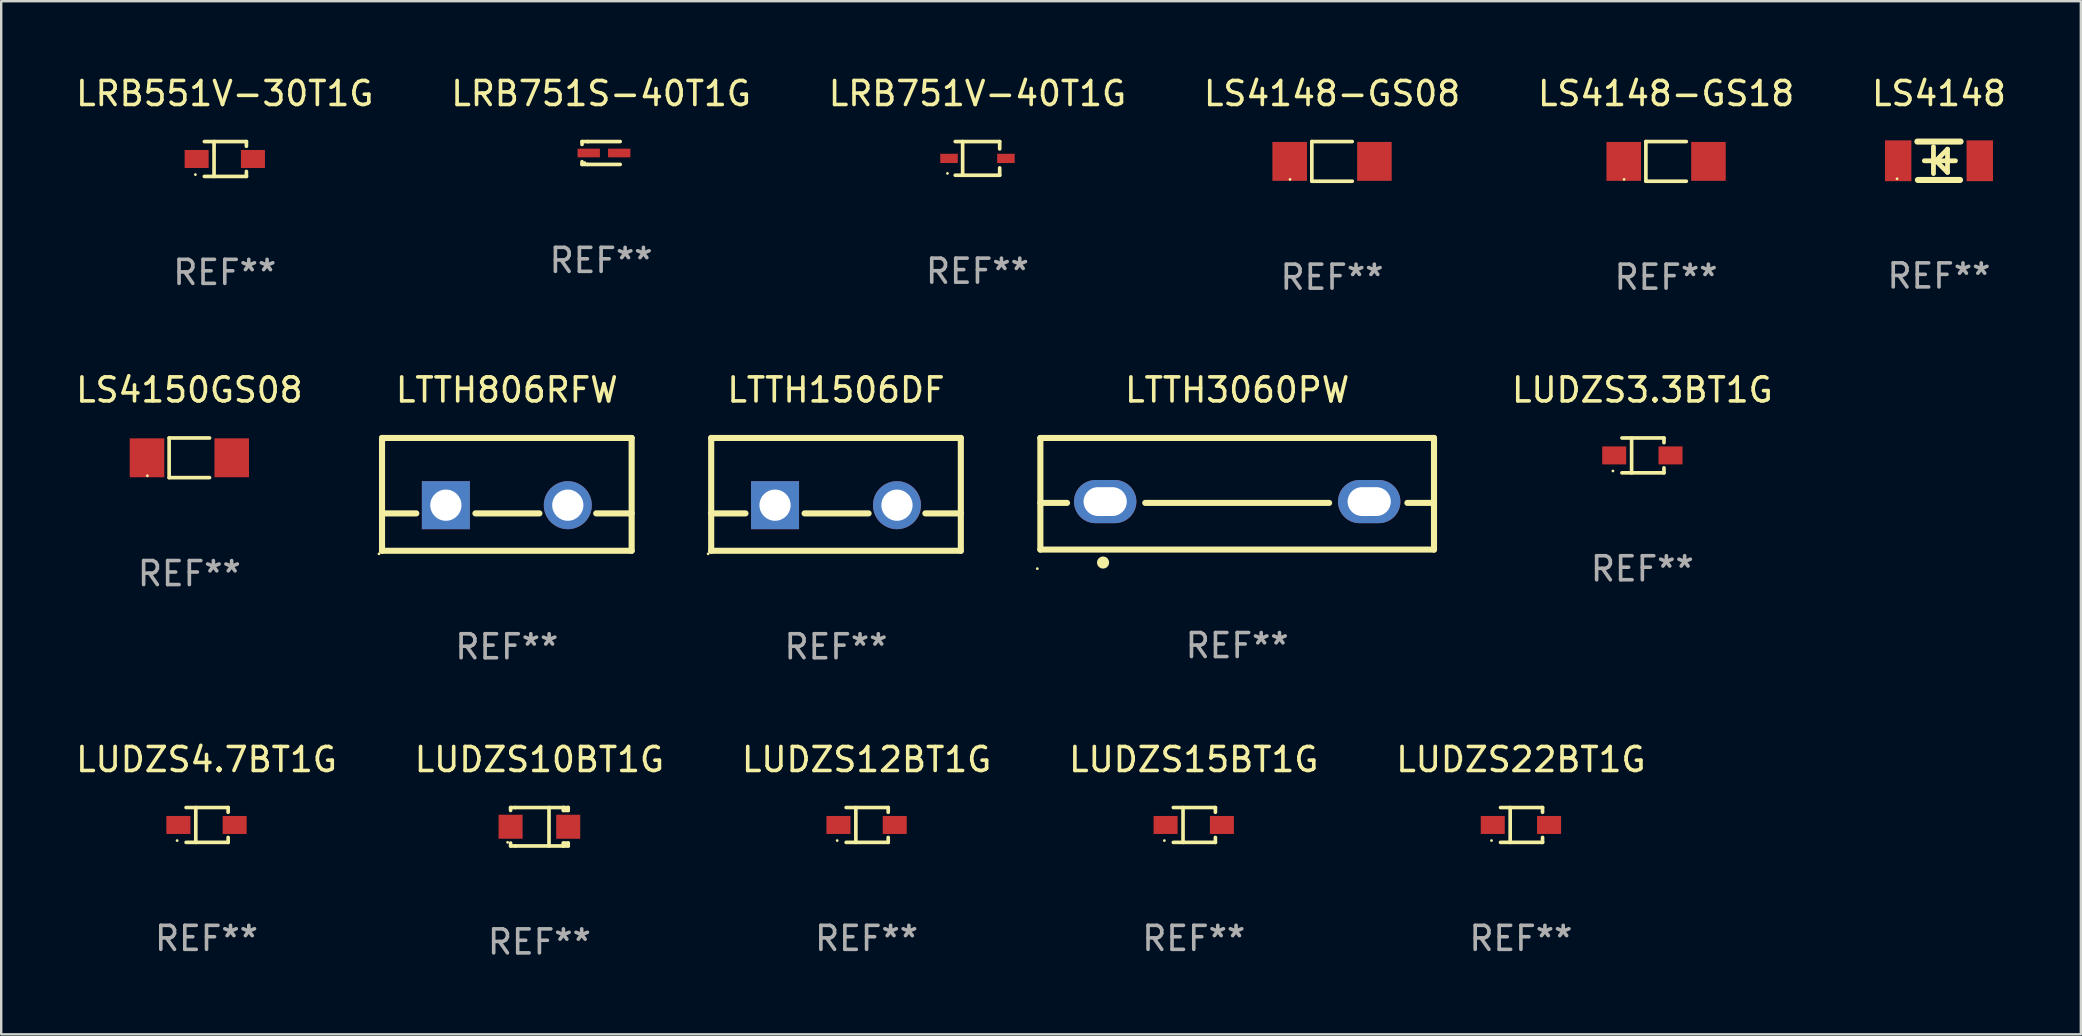
<source format=kicad_pcb>
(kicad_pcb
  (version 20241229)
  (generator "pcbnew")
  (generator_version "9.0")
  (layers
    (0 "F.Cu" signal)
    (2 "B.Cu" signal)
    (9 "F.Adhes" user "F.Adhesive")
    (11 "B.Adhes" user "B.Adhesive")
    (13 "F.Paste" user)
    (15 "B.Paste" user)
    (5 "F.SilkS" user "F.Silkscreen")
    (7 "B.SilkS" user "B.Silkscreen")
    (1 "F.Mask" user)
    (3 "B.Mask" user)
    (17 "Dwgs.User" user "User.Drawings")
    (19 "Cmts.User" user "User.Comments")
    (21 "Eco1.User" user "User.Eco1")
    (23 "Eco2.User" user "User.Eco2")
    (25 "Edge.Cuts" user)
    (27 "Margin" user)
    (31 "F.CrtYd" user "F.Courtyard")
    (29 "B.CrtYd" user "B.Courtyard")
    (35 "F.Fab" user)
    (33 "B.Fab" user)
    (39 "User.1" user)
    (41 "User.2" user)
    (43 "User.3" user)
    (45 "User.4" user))
  (footprint "LUDZS4.7BT1G"
    (layer "F.Cu")
    (at 5.554 31.32)
    (property "Reference" "LUDZS4.7BT1G" (at 0 -2.726 0) (layer "F.SilkS") (effects (font (size 1 1) (thickness 0.15))))
    (attr through_hole)
    (fp_line (start -0.851 -0.726) (end 0.901 -0.726) (stroke (width 0.152) (type solid)) (layer "F.SilkS"))
    (fp_line (start -0.851 0.726) (end 0.901 0.726) (stroke (width 0.152) (type solid)) (layer "F.SilkS"))
    (fp_line (start -0.447 -0.726) (end -0.447 0.726) (stroke (width 0.152) (type solid)) (layer "F.SilkS"))
    (fp_line (start 0.901 -0.726) (end 0.901 -0.53) (stroke (width 0.152) (type solid)) (layer "F.SilkS"))
    (fp_line (start 0.901 0.726) (end 0.901 0.52) (stroke (width 0.152) (type solid)) (layer "F.SilkS"))
    (fp_circle (center -1.225 0.65) (end -1.195 0.65) (stroke (width 0.06) (type solid)) (fill no) (layer "F.SilkS"))
    (fp_text user "REF**" (at 0 4.726 0) (layer "F.Fab") (effects (font (size 1 1) (thickness 0.15))))
    (pad "1" smd rect (at -1.173 0) (size 1 0.75) (layers "F.Cu" "F.Mask" "F.Paste"))
    (pad "2" smd rect (at 1.173 0) (size 1 0.75) (layers "F.Cu" "F.Mask" "F.Paste")))
  (footprint "LUDZS22BT1G"
    (layer "F.Cu")
    (at 60.315 31.32)
    (property "Reference" "LUDZS22BT1G" (at 0 -2.726 0) (layer "F.SilkS") (effects (font (size 1 1) (thickness 0.15))))
    (attr through_hole)
    (fp_line (start -0.851 -0.726) (end 0.901 -0.726) (stroke (width 0.152) (type solid)) (layer "F.SilkS"))
    (fp_line (start -0.851 0.726) (end 0.901 0.726) (stroke (width 0.152) (type solid)) (layer "F.SilkS"))
    (fp_line (start -0.447 -0.726) (end -0.447 0.726) (stroke (width 0.152) (type solid)) (layer "F.SilkS"))
    (fp_line (start 0.901 -0.726) (end 0.901 -0.53) (stroke (width 0.152) (type solid)) (layer "F.SilkS"))
    (fp_line (start 0.901 0.726) (end 0.901 0.52) (stroke (width 0.152) (type solid)) (layer "F.SilkS"))
    (fp_circle (center -1.225 0.65) (end -1.195 0.65) (stroke (width 0.06) (type solid)) (fill no) (layer "F.SilkS"))
    (fp_text user "REF**" (at 0 4.726 0) (layer "F.Fab") (effects (font (size 1 1) (thickness 0.15))))
    (pad "1" smd rect (at -1.173 0) (size 1 0.75) (layers "F.Cu" "F.Mask" "F.Paste"))
    (pad "2" smd rect (at 1.173 0) (size 1 0.75) (layers "F.Cu" "F.Mask" "F.Paste")))
  (footprint "LS4148-GS18"
    (layer "F.Cu")
    (at 66.363 3.674)
    (property "Reference" "LS4148-GS18" (at 0 -2.826 0) (layer "F.SilkS") (effects (font (size 1 1) (thickness 0.15))))
    (attr through_hole)
    (fp_line (start -0.842 -0.826) (end -0.842 0.826) (stroke (width 0.152) (type solid)) (layer "F.SilkS"))
    (fp_line (start -0.842 -0.826) (end 0.842 -0.826) (stroke (width 0.152) (type solid)) (layer "F.SilkS"))
    (fp_line (start -0.842 0.826) (end 0.842 0.826) (stroke (width 0.152) (type solid)) (layer "F.SilkS"))
    (fp_circle (center -1.75 0.75) (end -1.72 0.75) (stroke (width 0.06) (type solid)) (fill no) (layer "F.SilkS"))
    (fp_text user "REF**" (at 0 4.826 0) (layer "F.Fab") (effects (font (size 1 1) (thickness 0.15))))
    (pad "1" smd rect (at -1.765 0) (size 1.44 1.62) (layers "F.Cu" "F.Mask" "F.Paste"))
    (pad "2" smd rect (at 1.765 0) (size 1.44 1.62) (layers "F.Cu" "F.Mask" "F.Paste")))
  (footprint "LTTH806RFW"
    (layer "F.Cu")
    (at 18.066 17.547)
    (property "Reference" "LTTH806RFW" (at 0 -4.35 0) (layer "F.SilkS") (effects (font (size 1 1) (thickness 0.15))))
    (attr through_hole)
    (fp_line (start -5.2 -2.35) (end -5.2 2.35) (stroke (width 0.254) (type solid)) (layer "F.SilkS"))
    (fp_line (start -5.2 -2.35) (end 5.2 -2.35) (stroke (width 0.254) (type solid)) (layer "F.SilkS"))
    (fp_line (start -5.2 0.792) (end -3.771 0.792) (stroke (width 0.254) (type solid)) (layer "F.SilkS"))
    (fp_line (start -5.2 2.35) (end 5.2 2.35) (stroke (width 0.254) (type solid)) (layer "F.SilkS"))
    (fp_line (start -1.309 0.792) (end 1.357 0.792) (stroke (width 0.254) (type solid)) (layer "F.SilkS"))
    (fp_line (start 3.723 0.792) (end 5.2 0.792) (stroke (width 0.254) (type solid)) (layer "F.SilkS"))
    (fp_line (start 5.2 -2.35) (end 5.2 2.35) (stroke (width 0.254) (type solid)) (layer "F.SilkS"))
    (fp_circle (center -5.327 2.477) (end -5.297 2.477) (stroke (width 0.06) (type solid)) (fill no) (layer "F.SilkS"))
    (fp_text user "REF**" (at 0 6.35 0) (layer "F.Fab") (effects (font (size 1 1) (thickness 0.15))))
    (pad "1" thru_hole rect (at -2.54 0.45) (size 2 2) (drill 1.3) (layers "*.Cu" "*.Mask"))
    (pad "2" thru_hole circle (at 2.54 0.45) (size 2 2) (drill 1.3) (layers "*.Cu" "*.Mask")))
  (footprint "LUDZS3.3BT1G"
    (layer "F.Cu")
    (at 65.374 15.923)
    (property "Reference" "LUDZS3.3BT1G" (at 0 -2.726 0) (layer "F.SilkS") (effects (font (size 1 1) (thickness 0.15))))
    (attr through_hole)
    (fp_line (start -0.851 -0.726) (end 0.901 -0.726) (stroke (width 0.152) (type solid)) (layer "F.SilkS"))
    (fp_line (start -0.851 0.726) (end 0.901 0.726) (stroke (width 0.152) (type solid)) (layer "F.SilkS"))
    (fp_line (start -0.447 -0.726) (end -0.447 0.726) (stroke (width 0.152) (type solid)) (layer "F.SilkS"))
    (fp_line (start 0.901 -0.726) (end 0.901 -0.53) (stroke (width 0.152) (type solid)) (layer "F.SilkS"))
    (fp_line (start 0.901 0.726) (end 0.901 0.52) (stroke (width 0.152) (type solid)) (layer "F.SilkS"))
    (fp_circle (center -1.225 0.65) (end -1.195 0.65) (stroke (width 0.06) (type solid)) (fill no) (layer "F.SilkS"))
    (fp_text user "REF**" (at 0 4.726 0) (layer "F.Fab") (effects (font (size 1 1) (thickness 0.15))))
    (pad "1" smd rect (at -1.173 0) (size 1 0.75) (layers "F.Cu" "F.Mask" "F.Paste"))
    (pad "2" smd rect (at 1.173 0) (size 1 0.75) (layers "F.Cu" "F.Mask" "F.Paste")))
  (footprint "LRB551V-30T1G"
    (layer "F.Cu")
    (at 6.315 3.574)
    (property "Reference" "LRB551V-30T1G" (at 0 -2.726 0) (layer "F.SilkS") (effects (font (size 1 1) (thickness 0.15))))
    (attr through_hole)
    (fp_line (start -0.851 -0.726) (end 0.901 -0.726) (stroke (width 0.152) (type solid)) (layer "F.SilkS"))
    (fp_line (start -0.851 0.726) (end 0.901 0.726) (stroke (width 0.152) (type solid)) (layer "F.SilkS"))
    (fp_line (start -0.447 -0.726) (end -0.447 0.726) (stroke (width 0.152) (type solid)) (layer "F.SilkS"))
    (fp_line (start 0.901 -0.726) (end 0.901 -0.53) (stroke (width 0.152) (type solid)) (layer "F.SilkS"))
    (fp_line (start 0.901 0.726) (end 0.901 0.52) (stroke (width 0.152) (type solid)) (layer "F.SilkS"))
    (fp_circle (center -1.225 0.65) (end -1.195 0.65) (stroke (width 0.06) (type solid)) (fill no) (layer "F.SilkS"))
    (fp_text user "REF**" (at 0 4.726 0) (layer "F.Fab") (effects (font (size 1 1) (thickness 0.15))))
    (pad "1" smd rect (at -1.173 0) (size 1 0.75) (layers "F.Cu" "F.Mask" "F.Paste"))
    (pad "2" smd rect (at 1.173 0) (size 1 0.75) (layers "F.Cu" "F.Mask" "F.Paste")))
  (footprint "LRB751V-40T1G"
    (layer "F.Cu")
    (at 37.673 3.549)
    (property "Reference" "LRB751V-40T1G" (at 0 -2.701 0) (layer "F.SilkS") (effects (font (size 1 1) (thickness 0.15))))
    (attr through_hole)
    (fp_line (start -0.926 -0.701) (end 0.926 -0.701) (stroke (width 0.152) (type solid)) (layer "F.SilkS"))
    (fp_line (start -0.926 0.701) (end 0.926 0.701) (stroke (width 0.152) (type solid)) (layer "F.SilkS"))
    (fp_line (start -0.617 -0.701) (end -0.617 0.701) (stroke (width 0.152) (type solid)) (layer "F.SilkS"))
    (fp_line (start 0.926 -0.701) (end 0.926 -0.396) (stroke (width 0.152) (type solid)) (layer "F.SilkS"))
    (fp_line (start 0.926 0.701) (end 0.926 0.396) (stroke (width 0.152) (type solid)) (layer "F.SilkS"))
    (fp_circle (center -1.25 0.625) (end -1.22 0.625) (stroke (width 0.06) (type solid)) (fill no) (layer "F.SilkS"))
    (fp_text user "REF**" (at 0 4.701 0) (layer "F.Fab") (effects (font (size 1 1) (thickness 0.15))))
    (pad "1" smd rect (at -1.185 0 180) (size 0.73 0.385) (layers "F.Cu" "F.Mask" "F.Paste"))
    (pad "2" smd rect (at 1.185 0 180) (size 0.73 0.385) (layers "F.Cu" "F.Mask" "F.Paste")))
  (footprint "LS4148-GS08"
    (layer "F.Cu")
    (at 52.446 3.674)
    (property "Reference" "LS4148-GS08" (at 0 -2.826 0) (layer "F.SilkS") (effects (font (size 1 1) (thickness 0.15))))
    (attr through_hole)
    (fp_line (start -0.842 -0.826) (end -0.842 0.826) (stroke (width 0.152) (type solid)) (layer "F.SilkS"))
    (fp_line (start -0.842 -0.826) (end 0.842 -0.826) (stroke (width 0.152) (type solid)) (layer "F.SilkS"))
    (fp_line (start -0.842 0.826) (end 0.842 0.826) (stroke (width 0.152) (type solid)) (layer "F.SilkS"))
    (fp_circle (center -1.75 0.75) (end -1.72 0.75) (stroke (width 0.06) (type solid)) (fill no) (layer "F.SilkS"))
    (fp_text user "REF**" (at 0 4.826 0) (layer "F.Fab") (effects (font (size 1 1) (thickness 0.15))))
    (pad "1" smd rect (at -1.765 0) (size 1.44 1.62) (layers "F.Cu" "F.Mask" "F.Paste"))
    (pad "2" smd rect (at 1.765 0) (size 1.44 1.62) (layers "F.Cu" "F.Mask" "F.Paste")))
  (footprint "LUDZS10BT1G"
    (layer "F.Cu")
    (at 19.423 31.394)
    (property "Reference" "LUDZS10BT1G" (at 0 -2.8 0) (layer "F.SilkS") (effects (font (size 1 1) (thickness 0.15))))
    (attr through_hole)
    (fp_line (start -1.2 -0.8) (end -1.2 -0.68) (stroke (width 0.152) (type solid)) (layer "F.SilkS"))
    (fp_line (start -1.2 0.68) (end -1.2 0.8) (stroke (width 0.152) (type solid)) (layer "F.SilkS"))
    (fp_line (start -1.2 0.8) (end -1 0.8) (stroke (width 0.152) (type solid)) (layer "F.SilkS"))
    (fp_line (start -1 -0.8) (end -1.2 -0.8) (stroke (width 0.152) (type solid)) (layer "F.SilkS"))
    (fp_line (start -1 -0.8) (end 1 -0.8) (stroke (width 0.152) (type solid)) (layer "F.SilkS"))
    (fp_line (start -1 0.8) (end 1 0.8) (stroke (width 0.152) (type solid)) (layer "F.SilkS"))
    (fp_line (start 0.4 -0.8) (end 0.4 0.8) (stroke (width 0.152) (type solid)) (layer "F.SilkS"))
    (fp_line (start 1 -0.8) (end 1 -0.68) (stroke (width 0.152) (type solid)) (layer "F.SilkS"))
    (fp_line (start 1 -0.8) (end 1.2 -0.8) (stroke (width 0.152) (type solid)) (layer "F.SilkS"))
    (fp_line (start 1 0.68) (end 1 0.8) (stroke (width 0.152) (type solid)) (layer "F.SilkS"))
    (fp_line (start 1 0.68) (end 1.2 0.68) (stroke (width 0.152) (type solid)) (layer "F.SilkS"))
    (fp_line (start 1.2 -0.8) (end 1.2 -0.68) (stroke (width 0.152) (type solid)) (layer "F.SilkS"))
    (fp_line (start 1.2 -0.68) (end 1 -0.68) (stroke (width 0.152) (type solid)) (layer "F.SilkS"))
    (fp_line (start 1.2 0.68) (end 1.2 0.8) (stroke (width 0.152) (type solid)) (layer "F.SilkS"))
    (fp_line (start 1.2 0.8) (end 1 0.8) (stroke (width 0.152) (type solid)) (layer "F.SilkS"))
    (fp_circle (center -1.325 0.65) (end -1.295 0.65) (stroke (width 0.06) (type solid)) (fill no) (layer "F.SilkS"))
    (fp_text user "REF**" (at 0 4.8 0) (layer "F.Fab") (effects (font (size 1 1) (thickness 0.15))))
    (pad "1" smd rect (at -1.2 0 180) (size 1 1) (layers "F.Cu" "F.Mask" "F.Paste"))
    (pad "2" smd rect (at 1.2 0 180) (size 1 1) (layers "F.Cu" "F.Mask" "F.Paste")))
  (footprint "LS4150GS08"
    (layer "F.Cu")
    (at 4.839 16.023)
    (property "Reference" "LS4150GS08" (at 0 -2.826 0) (layer "F.SilkS") (effects (font (size 1 1) (thickness 0.15))))
    (attr through_hole)
    (fp_line (start -0.842 -0.826) (end -0.842 0.826) (stroke (width 0.152) (type solid)) (layer "F.SilkS"))
    (fp_line (start -0.842 -0.826) (end 0.842 -0.826) (stroke (width 0.152) (type solid)) (layer "F.SilkS"))
    (fp_line (start -0.842 0.826) (end 0.842 0.826) (stroke (width 0.152) (type solid)) (layer "F.SilkS"))
    (fp_circle (center -1.75 0.75) (end -1.72 0.75) (stroke (width 0.06) (type solid)) (fill no) (layer "F.SilkS"))
    (fp_text user "REF**" (at 0 4.826 0) (layer "F.Fab") (effects (font (size 1 1) (thickness 0.15))))
    (pad "1" smd rect (at -1.765 0) (size 1.44 1.62) (layers "F.Cu" "F.Mask" "F.Paste"))
    (pad "2" smd rect (at 1.765 0) (size 1.44 1.62) (layers "F.Cu" "F.Mask" "F.Paste")))
  (footprint "LS4148"
    (layer "F.Cu")
    (at 77.732 3.648)
    (property "Reference" "LS4148" (at 0 -2.8 0) (layer "F.SilkS") (effects (font (size 1 1) (thickness 0.15))))
    (attr through_hole)
    (fp_line (start -0.9 -0.8) (end 0.9 -0.8) (stroke (width 0.254) (type solid)) (layer "F.SilkS"))
    (fp_line (start -0.878 0.8) (end 0.878 0.8) (stroke (width 0.254) (type solid)) (layer "F.SilkS"))
    (fp_line (start -0.61 0) (end 0.686 0) (stroke (width 0.2) (type solid)) (layer "F.SilkS"))
    (fp_line (start -0.229 -0.584) (end -0.229 0.533) (stroke (width 0.2) (type solid)) (layer "F.SilkS"))
    (fp_line (start -0.127 0) (end 0.356 -0.483) (stroke (width 0.2) (type solid)) (layer "F.SilkS"))
    (fp_line (start 0.356 -0.483) (end 0.356 0.483) (stroke (width 0.2) (type solid)) (layer "F.SilkS"))
    (fp_line (start 0.356 0.483) (end -0.102 0.025) (stroke (width 0.2) (type solid)) (layer "F.SilkS"))
    (fp_circle (center -1.746 0.75) (end -1.716 0.75) (stroke (width 0.06) (type solid)) (fill no) (layer "F.SilkS"))
    (fp_text user "REF**" (at 0 4.8 0) (layer "F.Fab") (effects (font (size 1 1) (thickness 0.15))))
    (pad "1" smd rect (at -1.7 0 180) (size 1.1 1.7) (layers "F.Cu" "F.Mask" "F.Paste"))
    (pad "2" smd rect (at 1.7 0 180) (size 1.1 1.7) (layers "F.Cu" "F.Mask" "F.Paste")))
  (footprint "LRB751S-40T1G"
    (layer "F.Cu")
    (at 21.994 3.324)
    (property "Reference" "LRB751S-40T1G" (at 0 -2.476 0) (layer "F.SilkS") (effects (font (size 1 1) (thickness 0.15))))
    (attr through_hole)
    (fp_line (start -0.795 -0.476) (end -0.795 -0.356) (stroke (width 0.152) (type solid)) (layer "F.SilkS"))
    (fp_line (start -0.795 0.363) (end -0.795 0.476) (stroke (width 0.152) (type solid)) (layer "F.SilkS"))
    (fp_line (start -0.795 0.476) (end -0.557 0.476) (stroke (width 0.152) (type solid)) (layer "F.SilkS"))
    (fp_line (start -0.557 -0.476) (end -0.795 -0.476) (stroke (width 0.152) (type solid)) (layer "F.SilkS"))
    (fp_line (start -0.557 -0.476) (end 0.795 -0.476) (stroke (width 0.152) (type solid)) (layer "F.SilkS"))
    (fp_line (start -0.557 0.476) (end 0.795 0.476) (stroke (width 0.152) (type solid)) (layer "F.SilkS"))
    (fp_circle (center -0.681 0.4) (end -0.651 0.4) (stroke (width 0.06) (type solid)) (fill no) (layer "F.SilkS"))
    (fp_text user "REF**" (at 0 4.476 0) (layer "F.Fab") (effects (font (size 1 1) (thickness 0.15))))
    (pad "1" smd rect (at -0.516 0 180) (size 0.93 0.36) (layers "F.Cu" "F.Mask" "F.Paste"))
    (pad "2" smd rect (at 0.754 0 180) (size 0.93 0.36) (layers "F.Cu" "F.Mask" "F.Paste")))
  (footprint "LUDZS15BT1G"
    (layer "F.Cu")
    (at 46.685 31.32)
    (property "Reference" "LUDZS15BT1G" (at 0 -2.726 0) (layer "F.SilkS") (effects (font (size 1 1) (thickness 0.15))))
    (attr through_hole)
    (fp_line (start -0.851 -0.726) (end 0.901 -0.726) (stroke (width 0.152) (type solid)) (layer "F.SilkS"))
    (fp_line (start -0.851 0.726) (end 0.901 0.726) (stroke (width 0.152) (type solid)) (layer "F.SilkS"))
    (fp_line (start -0.447 -0.726) (end -0.447 0.726) (stroke (width 0.152) (type solid)) (layer "F.SilkS"))
    (fp_line (start 0.901 -0.726) (end 0.901 -0.53) (stroke (width 0.152) (type solid)) (layer "F.SilkS"))
    (fp_line (start 0.901 0.726) (end 0.901 0.52) (stroke (width 0.152) (type solid)) (layer "F.SilkS"))
    (fp_circle (center -1.225 0.65) (end -1.195 0.65) (stroke (width 0.06) (type solid)) (fill no) (layer "F.SilkS"))
    (fp_text user "REF**" (at 0 4.726 0) (layer "F.Fab") (effects (font (size 1 1) (thickness 0.15))))
    (pad "1" smd rect (at -1.173 0) (size 1 0.75) (layers "F.Cu" "F.Mask" "F.Paste"))
    (pad "2" smd rect (at 1.173 0) (size 1 0.75) (layers "F.Cu" "F.Mask" "F.Paste")))
  (footprint "LTTH1506DF"
    (layer "F.Cu")
    (at 31.78 17.547)
    (property "Reference" "LTTH1506DF" (at 0 -4.35 0) (layer "F.SilkS") (effects (font (size 1 1) (thickness 0.15))))
    (attr through_hole)
    (fp_line (start -5.2 -2.35) (end -5.2 2.35) (stroke (width 0.254) (type solid)) (layer "F.SilkS"))
    (fp_line (start -5.2 -2.35) (end 5.2 -2.35) (stroke (width 0.254) (type solid)) (layer "F.SilkS"))
    (fp_line (start -5.2 0.792) (end -3.771 0.792) (stroke (width 0.254) (type solid)) (layer "F.SilkS"))
    (fp_line (start -5.2 2.35) (end 5.2 2.35) (stroke (width 0.254) (type solid)) (layer "F.SilkS"))
    (fp_line (start -1.309 0.792) (end 1.357 0.792) (stroke (width 0.254) (type solid)) (layer "F.SilkS"))
    (fp_line (start 3.723 0.792) (end 5.2 0.792) (stroke (width 0.254) (type solid)) (layer "F.SilkS"))
    (fp_line (start 5.2 -2.35) (end 5.2 2.35) (stroke (width 0.254) (type solid)) (layer "F.SilkS"))
    (fp_circle (center -5.327 2.477) (end -5.297 2.477) (stroke (width 0.06) (type solid)) (fill no) (layer "F.SilkS"))
    (fp_text user "REF**" (at 0 6.35 0) (layer "F.Fab") (effects (font (size 1 1) (thickness 0.15))))
    (pad "1" thru_hole rect (at -2.54 0.45) (size 2 2) (drill 1.3) (layers "*.Cu" "*.Mask"))
    (pad "2" thru_hole circle (at 2.54 0.45) (size 2 2) (drill 1.3) (layers "*.Cu" "*.Mask")))
  (footprint "LTTH3060PW"
    (layer "F.Cu")
    (at 48.494 17.522)
    (property "Reference" "LTTH3060PW" (at 0 -4.325 0) (layer "F.SilkS") (effects (font (size 1 1) (thickness 0.15))))
    (attr through_hole)
    (fp_line (start -8.2 -2.325) (end -8.2 2.325) (stroke (width 0.254) (type solid)) (layer "F.SilkS"))
    (fp_line (start -8.2 -2.325) (end 8.2 -2.325) (stroke (width 0.254) (type solid)) (layer "F.SilkS"))
    (fp_line (start -8.2 0.38) (end -7.09 0.38) (stroke (width 0.254) (type solid)) (layer "F.SilkS"))
    (fp_line (start -8.2 2.325) (end 8.2 2.325) (stroke (width 0.254) (type solid)) (layer "F.SilkS"))
    (fp_line (start -3.83 0.38) (end 3.83 0.38) (stroke (width 0.254) (type solid)) (layer "F.SilkS"))
    (fp_line (start 7.09 0.38) (end 8.2 0.38) (stroke (width 0.254) (type solid)) (layer "F.SilkS"))
    (fp_line (start 8.2 -2.325) (end 8.2 2.325) (stroke (width 0.254) (type solid)) (layer "F.SilkS"))
    (fp_circle (center -8.327 3.119) (end -8.297 3.119) (stroke (width 0.06) (type solid)) (fill no) (layer "F.SilkS"))
    (fp_circle (center -5.588 2.865) (end -5.461 2.865) (stroke (width 0.254) (type solid)) (fill no) (layer "F.SilkS"))
    (fp_text user "REF**" (at 0 6.325 0) (layer "F.Fab") (effects (font (size 1 1) (thickness 0.15))))
    (pad "1" thru_hole oval (at -5.5 0.325) (size 2.6 1.8) (drill oval 1.8 1.2) (layers "*.Cu" "*.Mask"))
    (pad "3" thru_hole oval (at 5.5 0.325) (size 2.6 1.8) (drill oval 1.8 1.2) (layers "*.Cu" "*.Mask")))
  (footprint "LUDZS12BT1G"
    (layer "F.Cu")
    (at 33.054 31.32)
    (property "Reference" "LUDZS12BT1G" (at 0 -2.726 0) (layer "F.SilkS") (effects (font (size 1 1) (thickness 0.15))))
    (attr through_hole)
    (fp_line (start -0.851 -0.726) (end 0.901 -0.726) (stroke (width 0.152) (type solid)) (layer "F.SilkS"))
    (fp_line (start -0.851 0.726) (end 0.901 0.726) (stroke (width 0.152) (type solid)) (layer "F.SilkS"))
    (fp_line (start -0.447 -0.726) (end -0.447 0.726) (stroke (width 0.152) (type solid)) (layer "F.SilkS"))
    (fp_line (start 0.901 -0.726) (end 0.901 -0.53) (stroke (width 0.152) (type solid)) (layer "F.SilkS"))
    (fp_line (start 0.901 0.726) (end 0.901 0.52) (stroke (width 0.152) (type solid)) (layer "F.SilkS"))
    (fp_circle (center -1.225 0.65) (end -1.195 0.65) (stroke (width 0.06) (type solid)) (fill no) (layer "F.SilkS"))
    (fp_text user "REF**" (at 0 4.726 0) (layer "F.Fab") (effects (font (size 1 1) (thickness 0.15))))
    (pad "1" smd rect (at -1.173 0) (size 1 0.75) (layers "F.Cu" "F.Mask" "F.Paste"))
    (pad "2" smd rect (at 1.173 0) (size 1 0.75) (layers "F.Cu" "F.Mask" "F.Paste")))
  (gr_rect
    (start -3 -3)
    (end 83.643 40.042)
    (stroke (width 0.1) (type default))
    (fill no)
    (layer "Edge.Cuts")))
</source>
